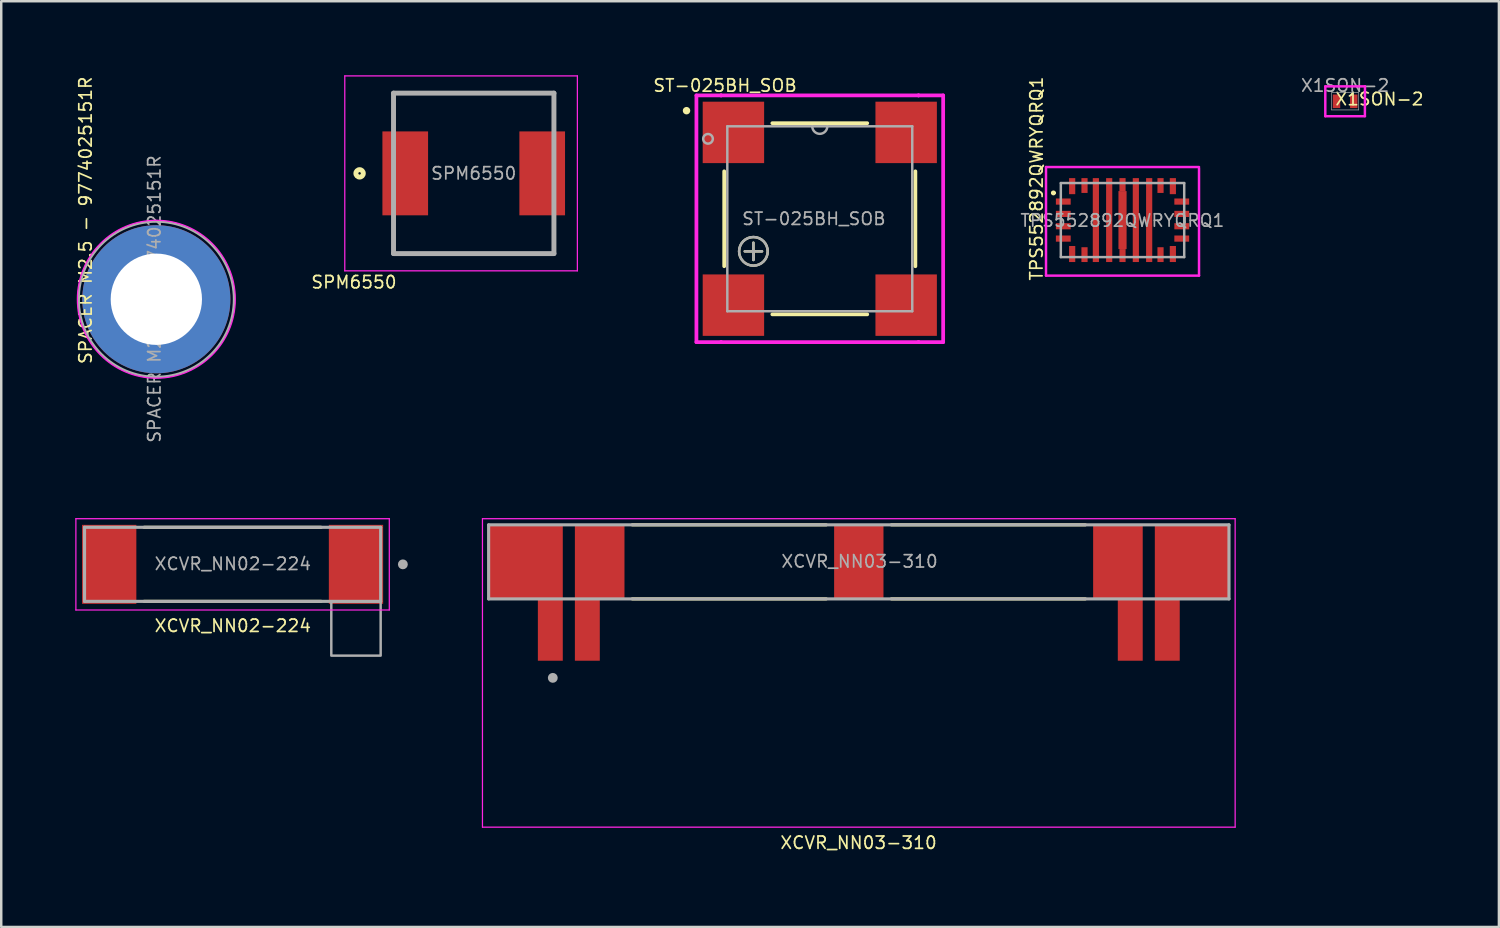
<source format=kicad_pcb>
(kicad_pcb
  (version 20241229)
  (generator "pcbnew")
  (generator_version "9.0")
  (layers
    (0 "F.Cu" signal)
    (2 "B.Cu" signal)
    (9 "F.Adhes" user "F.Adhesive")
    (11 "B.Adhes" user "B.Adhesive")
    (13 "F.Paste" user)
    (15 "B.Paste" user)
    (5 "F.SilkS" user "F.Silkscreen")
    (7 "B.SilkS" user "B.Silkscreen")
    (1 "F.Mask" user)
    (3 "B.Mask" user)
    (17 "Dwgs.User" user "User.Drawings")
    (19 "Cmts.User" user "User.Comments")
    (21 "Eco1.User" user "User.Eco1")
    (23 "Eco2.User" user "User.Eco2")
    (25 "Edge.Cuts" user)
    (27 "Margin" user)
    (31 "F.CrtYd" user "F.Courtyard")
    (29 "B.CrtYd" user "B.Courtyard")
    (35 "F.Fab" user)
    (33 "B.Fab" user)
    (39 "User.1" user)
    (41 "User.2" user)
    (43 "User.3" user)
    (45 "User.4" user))
  (footprint "SPACER M2.5 - 9774025151R"
    (layer "F.Cu")
    (at 3.285 9.076)
    (property "Reference" "SPACER M2.5 - 9774025151R" (at -2.87 -3.2 270) (layer "F.SilkS") (effects (font (size 0.5 0.5) (thickness 0.07))))
    (attr exclude_from_pos_files)
    (fp_line (start -1.875 -0.37) (end -2.925 -0.37) (stroke (width 0.1) (type default)) (layer "F.Paste"))
    (fp_line (start -1.875 0.375) (end -2.925 0.375) (stroke (width 0.1) (type default)) (layer "F.Paste"))
    (fp_line (start -0.375 -1.875) (end -0.375 -2.925) (stroke (width 0.1) (type default)) (layer "F.Paste"))
    (fp_line (start -0.37 1.875) (end -0.37 2.925) (stroke (width 0.1) (type default)) (layer "F.Paste"))
    (fp_line (start 0.37 -1.875) (end 0.37 -2.925) (stroke (width 0.1) (type default)) (layer "F.Paste"))
    (fp_line (start 0.375 1.875) (end 0.375 2.925) (stroke (width 0.1) (type default)) (layer "F.Paste"))
    (fp_line (start 1.875 -0.375) (end 2.925 -0.375) (stroke (width 0.1) (type default)) (layer "F.Paste"))
    (fp_line (start 1.875 0.37) (end 2.925 0.37) (stroke (width 0.1) (type default)) (layer "F.Paste"))
    (fp_arc (start -2.925 -0.371974) (mid -2.088391 -2.079569) (end -0.385147 -2.925) (stroke (width 0.1) (type default)) (layer "F.Paste"))
    (fp_arc (start -1.865 -0.374728) (mid -1.348287 -1.347072) (end -0.376185 -1.86424) (stroke (width 0.1) (type default)) (layer "F.Paste"))
    (fp_arc (start -0.374728 1.865) (mid -1.347072 1.348287) (end -1.86424 0.376185) (stroke (width 0.1) (type default)) (layer "F.Paste"))
    (fp_arc (start -0.371974 2.925) (mid -2.079569 2.088391) (end -2.925 0.385147) (stroke (width 0.1) (type default)) (layer "F.Paste"))
    (fp_arc (start 0.371974 -2.925) (mid 2.079569 -2.088391) (end 2.925 -0.385147) (stroke (width 0.1) (type default)) (layer "F.Paste"))
    (fp_arc (start 0.374728 -1.865) (mid 1.347072 -1.348287) (end 1.86424 -0.376185) (stroke (width 0.1) (type default)) (layer "F.Paste"))
    (fp_arc (start 1.865 0.374728) (mid 1.348287 1.347072) (end 0.376185 1.86424) (stroke (width 0.1) (type default)) (layer "F.Paste"))
    (fp_arc (start 2.925 0.371974) (mid 2.088391 2.079569) (end 0.385147 2.925) (stroke (width 0.1) (type default)) (layer "F.Paste"))
    (fp_poly (pts (xy -2.91 0.385) (xy -2.91 0.494) (xy -2.868 0.789) (xy -2.728 1.083) (xy -2.596 1.406) (xy -2.467 1.69) (xy -2.219 1.978) (xy -1.98 2.195) (xy -1.747 2.41) (xy -1.458 2.58) (xy -1.15 2.71) (xy -0.827 2.82) (xy -0.494 2.91) (xy -0.35 2.95) (xy -0.35 1.85) (xy -0.454 1.834) (xy -0.705 1.769) (xy -0.943 1.666) (xy -1.163 1.528) (xy -1.359 1.359) (xy -1.528 1.163) (xy -1.666 0.943) (xy -1.769 0.705) (xy -1.834 0.454) (xy -1.843 0.385)) (stroke (width 0) (type solid)) (fill yes) (layer "F.Paste"))
    (fp_poly (pts (xy -0.385 -2.91) (xy -0.494 -2.91) (xy -0.789 -2.868) (xy -1.083 -2.728) (xy -1.406 -2.596) (xy -1.69 -2.467) (xy -1.978 -2.219) (xy -2.195 -1.98) (xy -2.41 -1.747) (xy -2.58 -1.458) (xy -2.71 -1.15) (xy -2.82 -0.827) (xy -2.91 -0.494) (xy -2.95 -0.35) (xy -1.85 -0.35) (xy -1.834 -0.454) (xy -1.769 -0.705) (xy -1.666 -0.943) (xy -1.528 -1.163) (xy -1.359 -1.359) (xy -1.163 -1.528) (xy -0.943 -1.666) (xy -0.705 -1.769) (xy -0.454 -1.834) (xy -0.385 -1.843)) (stroke (width 0) (type solid)) (fill yes) (layer "F.Paste"))
    (fp_poly (pts (xy 0.385 2.91) (xy 0.494 2.91) (xy 0.789 2.868) (xy 1.083 2.728) (xy 1.406 2.596) (xy 1.69 2.467) (xy 1.978 2.219) (xy 2.195 1.98) (xy 2.41 1.747) (xy 2.58 1.458) (xy 2.71 1.15) (xy 2.82 0.827) (xy 2.91 0.494) (xy 2.95 0.35) (xy 1.85 0.35) (xy 1.834 0.454) (xy 1.769 0.705) (xy 1.666 0.943) (xy 1.528 1.163) (xy 1.359 1.359) (xy 1.163 1.528) (xy 0.943 1.666) (xy 0.705 1.769) (xy 0.454 1.834) (xy 0.385 1.843)) (stroke (width 0) (type solid)) (fill yes) (layer "F.Paste"))
    (fp_poly (pts (xy 2.91 -0.385) (xy 2.91 -0.494) (xy 2.868 -0.789) (xy 2.728 -1.083) (xy 2.596 -1.406) (xy 2.467 -1.69) (xy 2.219 -1.978) (xy 1.98 -2.195) (xy 1.747 -2.41) (xy 1.458 -2.58) (xy 1.15 -2.71) (xy 0.827 -2.82) (xy 0.494 -2.91) (xy 0.35 -2.95) (xy 0.35 -1.85) (xy 0.454 -1.834) (xy 0.705 -1.769) (xy 0.943 -1.666) (xy 1.163 -1.528) (xy 1.359 -1.359) (xy 1.528 -1.163) (xy 1.666 -0.943) (xy 1.769 -0.705) (xy 1.834 -0.454) (xy 1.843 -0.385)) (stroke (width 0) (type solid)) (fill yes) (layer "F.Paste"))
    (fp_circle (center 0 0) (end 3.2 0) (stroke (width 0.05) (type solid)) (fill no) (layer "F.CrtYd"))
    (fp_line (start -0.05 -0.05) (end 0.05 0.05) (stroke (width 0.05) (type default)) (layer "F.Fab"))
    (fp_line (start -0.05 0.05) (end 0.05 -0.05) (stroke (width 0.05) (type default)) (layer "F.Fab"))
    (fp_circle (center 0 0) (end 3.15 0) (stroke (width 0.1) (type default)) (fill no) (layer "F.Fab"))
    (fp_text user "${REFERENCE}" (at -0.08 -0.01 270) (layer "F.Fab") (effects (font (size 0.5 0.5) (thickness 0.07))))
    (pad "1" thru_hole circle (at 0 0) (size 6 6) (drill 3.7) (layers "*.Cu" "*.Mask")))
  (footprint "XCVR_NN02-224"
    (layer "F.Cu")
    (at 6.375 19.818)
    (property "Reference" "XCVR_NN02-224" (at 0.01 2.49 0) (layer "F.SilkS") (effects (font (size 0.5 0.5) (thickness 0.07))))
    (attr smd)
    (fp_line (start 3.587 -1.5) (end -3.587 -1.5) (stroke (width 0.127) (type solid)) (layer "F.SilkS"))
    (fp_line (start 3.587 1.5) (end -3.587 1.5) (stroke (width 0.127) (type solid)) (layer "F.SilkS"))
    (fp_line (start -6.35 -1.85) (end 6.35 -1.85) (stroke (width 0.05) (type solid)) (layer "F.CrtYd"))
    (fp_line (start -6.35 1.85) (end -6.35 -1.85) (stroke (width 0.05) (type solid)) (layer "F.CrtYd"))
    (fp_line (start 6.35 -1.85) (end 6.35 1.85) (stroke (width 0.05) (type solid)) (layer "F.CrtYd"))
    (fp_line (start 6.35 1.85) (end -6.35 1.85) (stroke (width 0.05) (type solid)) (layer "F.CrtYd"))
    (fp_line (start -6 -1.5) (end 6 -1.5) (stroke (width 0.127) (type solid)) (layer "F.Fab"))
    (fp_line (start -6 1.5) (end -6 -1.5) (stroke (width 0.127) (type solid)) (layer "F.Fab"))
    (fp_line (start 6 -1.5) (end 6 1.5) (stroke (width 0.127) (type solid)) (layer "F.Fab"))
    (fp_line (start 6 1.5) (end -6 1.5) (stroke (width 0.127) (type solid)) (layer "F.Fab"))
    (fp_rect (start 4 1.5) (end 6 3.7) (stroke (width 0.1) (type solid)) (fill no) (layer "F.Fab"))
    (fp_circle (center 6.9 0) (end 7 0) (stroke (width 0.2) (type solid)) (fill no) (layer "F.Fab"))
    (fp_text user "${REFERENCE}" (at 0.01 -0.02 0) (unlocked yes) (layer "F.Fab") (effects (font (size 0.5 0.5) (thickness 0.07))))
    (pad "1" smd rect (at 5 0) (size 2.2 3.2) (layers "F.Cu" "F.Mask" "F.Paste"))
    (pad "2" smd rect (at -5 0) (size 2.2 3.2) (layers "F.Cu" "F.Mask" "F.Paste")))
  (footprint "TPS552892QWRYQRQ1"
    (layer "F.Cu")
    (at 42.436 5.868)
    (property "Reference" "TPS552892QWRYQRQ1" (at -3.486 -1.682 90) (layer "F.SilkS") (effects (font (size 0.5 0.5) (thickness 0.07))))
    (attr smd)
    (fp_line (start -2.85 -1.1) (end -2.85 -1.1) (stroke (width 0.1) (type solid)) (layer "F.SilkS"))
    (fp_line (start -2.75 -1.1) (end -2.75 -1.1) (stroke (width 0.1) (type solid)) (layer "F.SilkS"))
    (fp_arc (start -2.85 -1.1) (mid -2.8 -1.15) (end -2.75 -1.1) (stroke (width 0.1) (type solid)) (layer "F.SilkS"))
    (fp_arc (start -2.75 -1.1) (mid -2.8 -1.05) (end -2.85 -1.1) (stroke (width 0.1) (type solid)) (layer "F.SilkS"))
    (fp_line (start -3.1 -2.15) (end 3.1 -2.15) (stroke (width 0.1) (type solid)) (layer "F.CrtYd"))
    (fp_line (start -3.1 2.25) (end -3.1 -2.15) (stroke (width 0.1) (type solid)) (layer "F.CrtYd"))
    (fp_line (start 3.1 -2.1) (end 3.1 2.25) (stroke (width 0.1) (type solid)) (layer "F.CrtYd"))
    (fp_line (start 3.1 2.25) (end -3.1 2.25) (stroke (width 0.1) (type solid)) (layer "F.CrtYd"))
    (fp_line (start -2.5 -1.5) (end 2.5 -1.5) (stroke (width 0.1) (type solid)) (layer "F.Fab"))
    (fp_line (start -2.5 1.5) (end -2.5 -1.5) (stroke (width 0.1) (type solid)) (layer "F.Fab"))
    (fp_line (start 2.5 -1.5) (end 2.5 1.5) (stroke (width 0.1) (type solid)) (layer "F.Fab"))
    (fp_line (start 2.5 1.5) (end -2.5 1.5) (stroke (width 0.1) (type solid)) (layer "F.Fab"))
    (fp_text user "${REFERENCE}" (at -0.006 0.018 0) (layer "F.Fab") (effects (font (size 0.5 0.5) (thickness 0.07))))
    (pad "1" smd rect (at -2.4 -0.75 90) (size 0.25 0.6) (layers "F.Cu" "F.Mask" "F.Paste"))
    (pad "2" smd rect (at -2.4 -0.25 90) (size 0.25 0.6) (layers "F.Cu" "F.Mask" "F.Paste"))
    (pad "3" smd rect (at -2.4 0.25 90) (size 0.25 0.6) (layers "F.Cu" "F.Mask" "F.Paste"))
    (pad "4" smd rect (at -2.4 0.75 90) (size 0.25 0.6) (layers "F.Cu" "F.Mask" "F.Paste"))
    (pad "5" smd rect (at -2.04 1.375) (size 0.25 0.65) (layers "F.Cu" "F.Mask" "F.Paste"))
    (pad "6" smd rect (at -1.54 1.4) (size 0.25 0.6) (layers "F.Cu" "F.Mask" "F.Paste"))
    (pad "7" smd rect (at -1.08 0) (size 0.25 3.4) (layers "F.Cu" "F.Mask" "F.Paste"))
    (pad "8" smd rect (at -0.54 0) (size 0.25 3.4) (layers "F.Cu" "F.Mask" "F.Paste"))
    (pad "9" smd rect (at 0 -1.438) (size 0.25 0.525) (layers "F.Cu" "F.Mask" "F.Paste"))
    (pad "9" smd rect (at 0 0) (size 0.33 2.35) (layers "F.Cu" "F.Mask" "F.Paste"))
    (pad "9" smd rect (at 0 1.438) (size 0.25 0.525) (layers "F.Cu" "F.Mask" "F.Paste"))
    (pad "10" smd rect (at 0.54 0) (size 0.25 3.4) (layers "F.Cu" "F.Mask" "F.Paste"))
    (pad "11" smd rect (at 1.08 0) (size 0.25 3.4) (layers "F.Cu" "F.Mask" "F.Paste"))
    (pad "12" smd rect (at 1.54 1.4) (size 0.25 0.6) (layers "F.Cu" "F.Mask" "F.Paste"))
    (pad "13" smd rect (at 2.04 1.375) (size 0.25 0.65) (layers "F.Cu" "F.Mask" "F.Paste"))
    (pad "14" smd rect (at 2.4 0.75 90) (size 0.25 0.6) (layers "F.Cu" "F.Mask" "F.Paste"))
    (pad "15" smd rect (at 2.4 0.25 90) (size 0.25 0.6) (layers "F.Cu" "F.Mask" "F.Paste"))
    (pad "16" smd rect (at 2.4 -0.25 90) (size 0.25 0.6) (layers "F.Cu" "F.Mask" "F.Paste"))
    (pad "17" smd rect (at 2.4 -0.75 90) (size 0.25 0.6) (layers "F.Cu" "F.Mask" "F.Paste"))
    (pad "18" smd rect (at 2.04 -1.375) (size 0.25 0.65) (layers "F.Cu" "F.Mask" "F.Paste"))
    (pad "19" smd rect (at 1.54 -1.4) (size 0.25 0.6) (layers "F.Cu" "F.Mask" "F.Paste"))
    (pad "20" smd rect (at -1.54 -1.4) (size 0.25 0.6) (layers "F.Cu" "F.Mask" "F.Paste"))
    (pad "21" smd rect (at -2.04 -1.375) (size 0.25 0.65) (layers "F.Cu" "F.Mask" "F.Paste")))
  (footprint "SPM6550"
    (layer "F.Cu")
    (at 16.146 3.975)
    (property "Reference" "SPM6550" (at -4.854 4.41 0) (layer "F.SilkS") (effects (font (size 0.5 0.5) (thickness 0.07))))
    (attr smd)
    (fp_line (start -3.25 -3.25) (end 3.25 -3.25) (stroke (width 0.1) (type solid)) (layer "F.SilkS"))
    (fp_line (start 3.25 3.25) (end -3.25 3.25) (stroke (width 0.1) (type solid)) (layer "F.SilkS"))
    (fp_circle (center -4.625 0) (end -4.625 0.05) (stroke (width 0.2) (type solid)) (fill no) (layer "F.SilkS"))
    (fp_line (start -5.225 -3.95) (end 4.2 -3.95) (stroke (width 0.05) (type solid)) (layer "F.CrtYd"))
    (fp_line (start -5.225 3.95) (end -5.225 -3.95) (stroke (width 0.05) (type solid)) (layer "F.CrtYd"))
    (fp_line (start 4.2 -3.95) (end 4.2 3.95) (stroke (width 0.05) (type solid)) (layer "F.CrtYd"))
    (fp_line (start 4.2 3.95) (end -5.225 3.95) (stroke (width 0.05) (type solid)) (layer "F.CrtYd"))
    (fp_line (start -3.25 -3.25) (end 3.25 -3.25) (stroke (width 0.2) (type solid)) (layer "F.Fab"))
    (fp_line (start -3.25 3.25) (end -3.25 -3.25) (stroke (width 0.2) (type solid)) (layer "F.Fab"))
    (fp_line (start 3.25 -3.25) (end 3.25 3.25) (stroke (width 0.2) (type solid)) (layer "F.Fab"))
    (fp_line (start 3.25 3.25) (end -3.25 3.25) (stroke (width 0.2) (type solid)) (layer "F.Fab"))
    (fp_text user "${REFERENCE}" (at 0 0 0) (layer "F.Fab") (effects (font (size 0.5 0.5) (thickness 0.07))))
    (pad "1" smd rect (at -2.775 0) (size 1.85 3.4) (layers "F.Cu" "F.Mask" "F.Paste"))
    (pad "2" smd rect (at 2.775 0) (size 1.85 3.4) (layers "F.Cu" "F.Mask" "F.Paste")))
  (footprint "XCVR_NN03-310"
    (layer "F.Cu")
    (at 31.75 19.718)
    (property "Reference" "XCVR_NN03-310" (at -0.01 11.38 0) (layer "F.SilkS") (effects (font (size 0.5 0.5) (thickness 0.07))))
    (attr smd)
    (fp_poly (pts (xy -15.1 -1.6) (xy -11.9 -1.6) (xy -11.9 4.1) (xy -13.1 4.1) (xy -13.1 1.6) (xy -15.1 1.6)) (stroke (width 0.01) (type solid)) (fill yes) (layer "F.Mask"))
    (fp_poly (pts (xy -9.4 -1.6) (xy -11.6 -1.6) (xy -11.6 4.1) (xy -10.4 4.1) (xy -10.4 1.6) (xy -9.4 1.6)) (stroke (width 0.01) (type solid)) (fill yes) (layer "F.Mask"))
    (fp_poly (pts (xy 9.4 -1.6) (xy 11.6 -1.6) (xy 11.6 4.1) (xy 10.4 4.1) (xy 10.4 1.6) (xy 9.4 1.6)) (stroke (width 0.01) (type solid)) (fill yes) (layer "F.Mask"))
    (fp_poly (pts (xy 15.1 -1.6) (xy 11.9 -1.6) (xy 11.9 4.1) (xy 13.1 4.1) (xy 13.1 1.6) (xy 15.1 1.6)) (stroke (width 0.01) (type solid)) (fill yes) (layer "F.Mask"))
    (fp_line (start -9.18 -1.5) (end -1.32 -1.5) (stroke (width 0.127) (type solid)) (layer "F.SilkS"))
    (fp_line (start -9.18 1.5) (end -1.32 1.5) (stroke (width 0.127) (type solid)) (layer "F.SilkS"))
    (fp_line (start 1.32 -1.5) (end 9.18 -1.5) (stroke (width 0.127) (type solid)) (layer "F.SilkS"))
    (fp_line (start 1.32 1.5) (end 9.18 1.5) (stroke (width 0.127) (type solid)) (layer "F.SilkS"))
    (fp_poly (pts (xy -15 -1.5) (xy -12 -1.5) (xy -12 4) (xy -13 4) (xy -13 1.5) (xy -15 1.5)) (stroke (width 0.01) (type solid)) (fill yes) (layer "F.Paste"))
    (fp_poly (pts (xy -9.5 -1.5) (xy -11.5 -1.5) (xy -11.5 4) (xy -10.5 4) (xy -10.5 1.5) (xy -9.5 1.5)) (stroke (width 0.01) (type solid)) (fill yes) (layer "F.Paste"))
    (fp_poly (pts (xy 9.5 -1.5) (xy 11.5 -1.5) (xy 11.5 4) (xy 10.5 4) (xy 10.5 1.5) (xy 9.5 1.5)) (stroke (width 0.01) (type solid)) (fill yes) (layer "F.Paste"))
    (fp_poly (pts (xy 15 -1.5) (xy 12 -1.5) (xy 12 4) (xy 13 4) (xy 13 1.5) (xy 15 1.5)) (stroke (width 0.01) (type solid)) (fill yes) (layer "F.Paste"))
    (fp_line (start -15.25 -1.75) (end 15.25 -1.75) (stroke (width 0.05) (type solid)) (layer "F.CrtYd"))
    (fp_line (start -15.25 10.75) (end -15.25 -1.75) (stroke (width 0.05) (type solid)) (layer "F.CrtYd"))
    (fp_line (start 15.25 -1.75) (end 15.25 10.75) (stroke (width 0.05) (type solid)) (layer "F.CrtYd"))
    (fp_line (start 15.25 10.75) (end -15.25 10.75) (stroke (width 0.05) (type solid)) (layer "F.CrtYd"))
    (fp_line (start -15 -1.5) (end -15 1.5) (stroke (width 0.127) (type solid)) (layer "F.Fab"))
    (fp_line (start -15 1.5) (end 15 1.5) (stroke (width 0.127) (type solid)) (layer "F.Fab"))
    (fp_line (start 15 -1.5) (end -15 -1.5) (stroke (width 0.127) (type solid)) (layer "F.Fab"))
    (fp_line (start 15 1.5) (end 15 -1.5) (stroke (width 0.127) (type solid)) (layer "F.Fab"))
    (fp_circle (center -12.4 4.7) (end -12.3 4.7) (stroke (width 0.2) (type solid)) (fill no) (layer "F.Fab"))
    (fp_text user "${REFERENCE}" (at 0.03 -0.02 0) (unlocked yes) (layer "F.Fab") (effects (font (size 0.5 0.5) (thickness 0.07))))
    (pad "1" smd custom (at -13.5 0) (size 3 3) (layers "F.Cu") (options (anchor rect)) (primitives (gr_poly (pts (xy -1.5 -1.5) (xy 1.5 -1.5) (xy 1.5 4) (xy 0.5 4) (xy 0.5 1.5) (xy -1.5 1.5)) (width 0.01) (fill yes))))
    (pad "2" smd custom (at -10.5 0) (size 2 3) (layers "F.Cu") (options (anchor rect)) (primitives (gr_poly (pts (xy 1 -1.5) (xy -1 -1.5) (xy -1 4) (xy 0 4) (xy 0 1.5) (xy 1 1.5)) (width 0.01) (fill yes))))
    (pad "3" smd rect (at 0 0) (size 2 3) (layers "F.Cu" "F.Mask" "F.Paste"))
    (pad "4" smd custom (at 10.5 0) (size 2 3) (layers "F.Cu") (options (anchor rect)) (primitives (gr_poly (pts (xy -1 -1.5) (xy 1 -1.5) (xy 1 4) (xy 0 4) (xy 0 1.5) (xy -1 1.5)) (width 0.01) (fill yes))))
    (pad "5" smd custom (at 13.5 0) (size 3 3) (layers "F.Cu") (options (anchor rect)) (primitives (gr_poly (pts (xy 1.5 -1.5) (xy -1.5 -1.5) (xy -1.5 4) (xy -0.5 4) (xy -0.5 1.5) (xy 1.5 1.5)) (width 0.01) (fill yes)))))
  (footprint "X1SON-2"
    (layer "F.Cu")
    (at 51.457 1.055)
    (property "Reference" "X1SON-2" (at 1.39 -0.09 0) (unlocked yes) (layer "F.SilkS") (effects (font (size 0.5 0.5) (thickness 0.07))))
    (attr smd)
    (fp_line (start -0.804 -0.604) (end 0.804 -0.604) (stroke (width 0.1) (type solid)) (layer "F.CrtYd"))
    (fp_line (start -0.804 0.604) (end -0.804 -0.604) (stroke (width 0.1) (type solid)) (layer "F.CrtYd"))
    (fp_line (start 0.804 -0.604) (end 0.8 0.6) (stroke (width 0.1) (type solid)) (layer "F.CrtYd"))
    (fp_line (start 0.804 0.604) (end -0.804 0.604) (stroke (width 0.1) (type solid)) (layer "F.CrtYd"))
    (fp_line (start -0.55 -0.35) (end -0.55 0.35) (stroke (width 0.025) (type solid)) (layer "F.Fab"))
    (fp_line (start -0.55 0.35) (end 0.55 0.35) (stroke (width 0.025) (type solid)) (layer "F.Fab"))
    (fp_line (start 0.55 -0.35) (end -0.55 -0.35) (stroke (width 0.025) (type solid)) (layer "F.Fab"))
    (fp_line (start 0.55 0.35) (end 0.55 -0.35) (stroke (width 0.025) (type solid)) (layer "F.Fab"))
    (fp_text user "${REFERENCE}" (at 0 -0.64 0) (unlocked yes) (layer "F.Fab") (effects (font (size 0.5 0.5) (thickness 0.07))))
    (pad "1" smd rect (at -0.35 0) (size 0.3 0.55) (layers "F.Cu" "F.Mask" "F.Paste"))
    (pad "2" smd rect (at 0.35 0) (size 0.3 0.55) (layers "F.Cu" "F.Mask" "F.Paste")))
  (footprint "ST-025BH_SOB"
    (layer "F.Cu")
    (at 30.169 5.815)
    (property "Reference" "ST-025BH_SOB" (at -3.839 -5.4 0) (unlocked yes) (layer "F.SilkS") (effects (font (size 0.5 0.5) (thickness 0.07))))
    (attr smd)
    (fp_line (start -3.873 -1.923) (end -3.873 1.923) (stroke (width 0.152) (type solid)) (layer "F.SilkS"))
    (fp_line (start -3.04 1.32) (end -2.34 1.32) (stroke (width 0.1) (type default)) (layer "F.SilkS"))
    (fp_line (start -2.69 0.97) (end -2.69 1.67) (stroke (width 0.1) (type default)) (layer "F.SilkS"))
    (fp_line (start -2.69 1.645) (end -2.69 1.32) (stroke (width 0.1) (type default)) (layer "F.SilkS"))
    (fp_line (start -1.923 3.873) (end 1.923 3.873) (stroke (width 0.152) (type solid)) (layer "F.SilkS"))
    (fp_line (start 1.923 -3.873) (end -1.923 -3.873) (stroke (width 0.152) (type solid)) (layer "F.SilkS"))
    (fp_line (start 3.873 1.923) (end 3.873 -1.923) (stroke (width 0.152) (type solid)) (layer "F.SilkS"))
    (fp_circle (center -5.4 -4.38) (end -5.324 -4.38) (stroke (width 0.152) (type solid)) (fill no) (layer "F.SilkS"))
    (fp_circle (center -2.69 1.32) (end -3.1 0.91) (stroke (width 0.1) (type default)) (fill no) (layer "F.SilkS"))
    (fp_line (start -4.999 -4.999) (end -4 -4.999) (stroke (width 0.152) (type solid)) (layer "F.CrtYd"))
    (fp_line (start -4.999 4.999) (end -4.999 -4.999) (stroke (width 0.152) (type solid)) (layer "F.CrtYd"))
    (fp_line (start -4.999 4.999) (end -4 4.999) (stroke (width 0.152) (type solid)) (layer "F.CrtYd"))
    (fp_line (start -4 -4.999) (end -4 -4.999) (stroke (width 0.152) (type solid)) (layer "F.CrtYd"))
    (fp_line (start -4 -4.999) (end 4 -4.999) (stroke (width 0.152) (type solid)) (layer "F.CrtYd"))
    (fp_line (start -4 4.999) (end -4 4.999) (stroke (width 0.152) (type solid)) (layer "F.CrtYd"))
    (fp_line (start 4 -4.999) (end 4 -4.999) (stroke (width 0.152) (type solid)) (layer "F.CrtYd"))
    (fp_line (start 4 4.999) (end -4 4.999) (stroke (width 0.152) (type solid)) (layer "F.CrtYd"))
    (fp_line (start 4 4.999) (end 4 4.999) (stroke (width 0.152) (type solid)) (layer "F.CrtYd"))
    (fp_line (start 4.999 -4.999) (end 4 -4.999) (stroke (width 0.152) (type solid)) (layer "F.CrtYd"))
    (fp_line (start 4.999 -4.999) (end 4.999 4.999) (stroke (width 0.152) (type solid)) (layer "F.CrtYd"))
    (fp_line (start 4.999 4.999) (end 4 4.999) (stroke (width 0.152) (type solid)) (layer "F.CrtYd"))
    (fp_line (start -3.747 -3.747) (end -3.747 3.747) (stroke (width 0.1) (type solid)) (layer "F.Fab"))
    (fp_line (start -3.747 3.747) (end 3.747 3.747) (stroke (width 0.1) (type solid)) (layer "F.Fab"))
    (fp_line (start -3.04 1.32) (end -2.34 1.32) (stroke (width 0.1) (type default)) (layer "F.Fab"))
    (fp_line (start -2.69 0.97) (end -2.69 1.67) (stroke (width 0.1) (type default)) (layer "F.Fab"))
    (fp_line (start -2.69 1.645) (end -2.69 1.32) (stroke (width 0.1) (type default)) (layer "F.Fab"))
    (fp_line (start 3.747 -3.747) (end -3.747 -3.747) (stroke (width 0.1) (type solid)) (layer "F.Fab"))
    (fp_line (start 3.747 3.747) (end 3.747 -3.747) (stroke (width 0.1) (type solid)) (layer "F.Fab"))
    (fp_arc (start 0.3048 -3.7465) (mid 0 -3.4417) (end -0.3048 -3.7465) (stroke (width 0.1) (type solid)) (layer "F.Fab"))
    (fp_circle (center -4.53 -3.24) (end -4.335 -3.24) (stroke (width 0.1) (type solid)) (fill no) (layer "F.Fab"))
    (fp_circle (center -2.69 1.32) (end -2.11 1.32) (stroke (width 0.1) (type default)) (fill no) (layer "F.Fab"))
    (fp_text user "${REFERENCE}" (at -0.239 0 0) (unlocked yes) (layer "F.Fab") (effects (font (size 0.5 0.5) (thickness 0.07))))
    (pad "1" smd rect (at -3.5 -3.5) (size 2.489 2.489) (layers "F.Cu" "F.Mask" "F.Paste"))
    (pad "2" smd rect (at -3.5 3.5) (size 2.489 2.489) (layers "F.Cu" "F.Mask" "F.Paste"))
    (pad "3" smd rect (at 3.5 3.5) (size 2.489 2.489) (layers "F.Cu" "F.Mask" "F.Paste"))
    (pad "4" smd rect (at 3.5 -3.5) (size 2.489 2.489) (layers "F.Cu" "F.Mask" "F.Paste")))
  (gr_rect
    (start -3 -3)
    (end 57.688 34.513)
    (stroke (width 0.1) (type default))
    (fill no)
    (layer "Edge.Cuts")))
</source>
